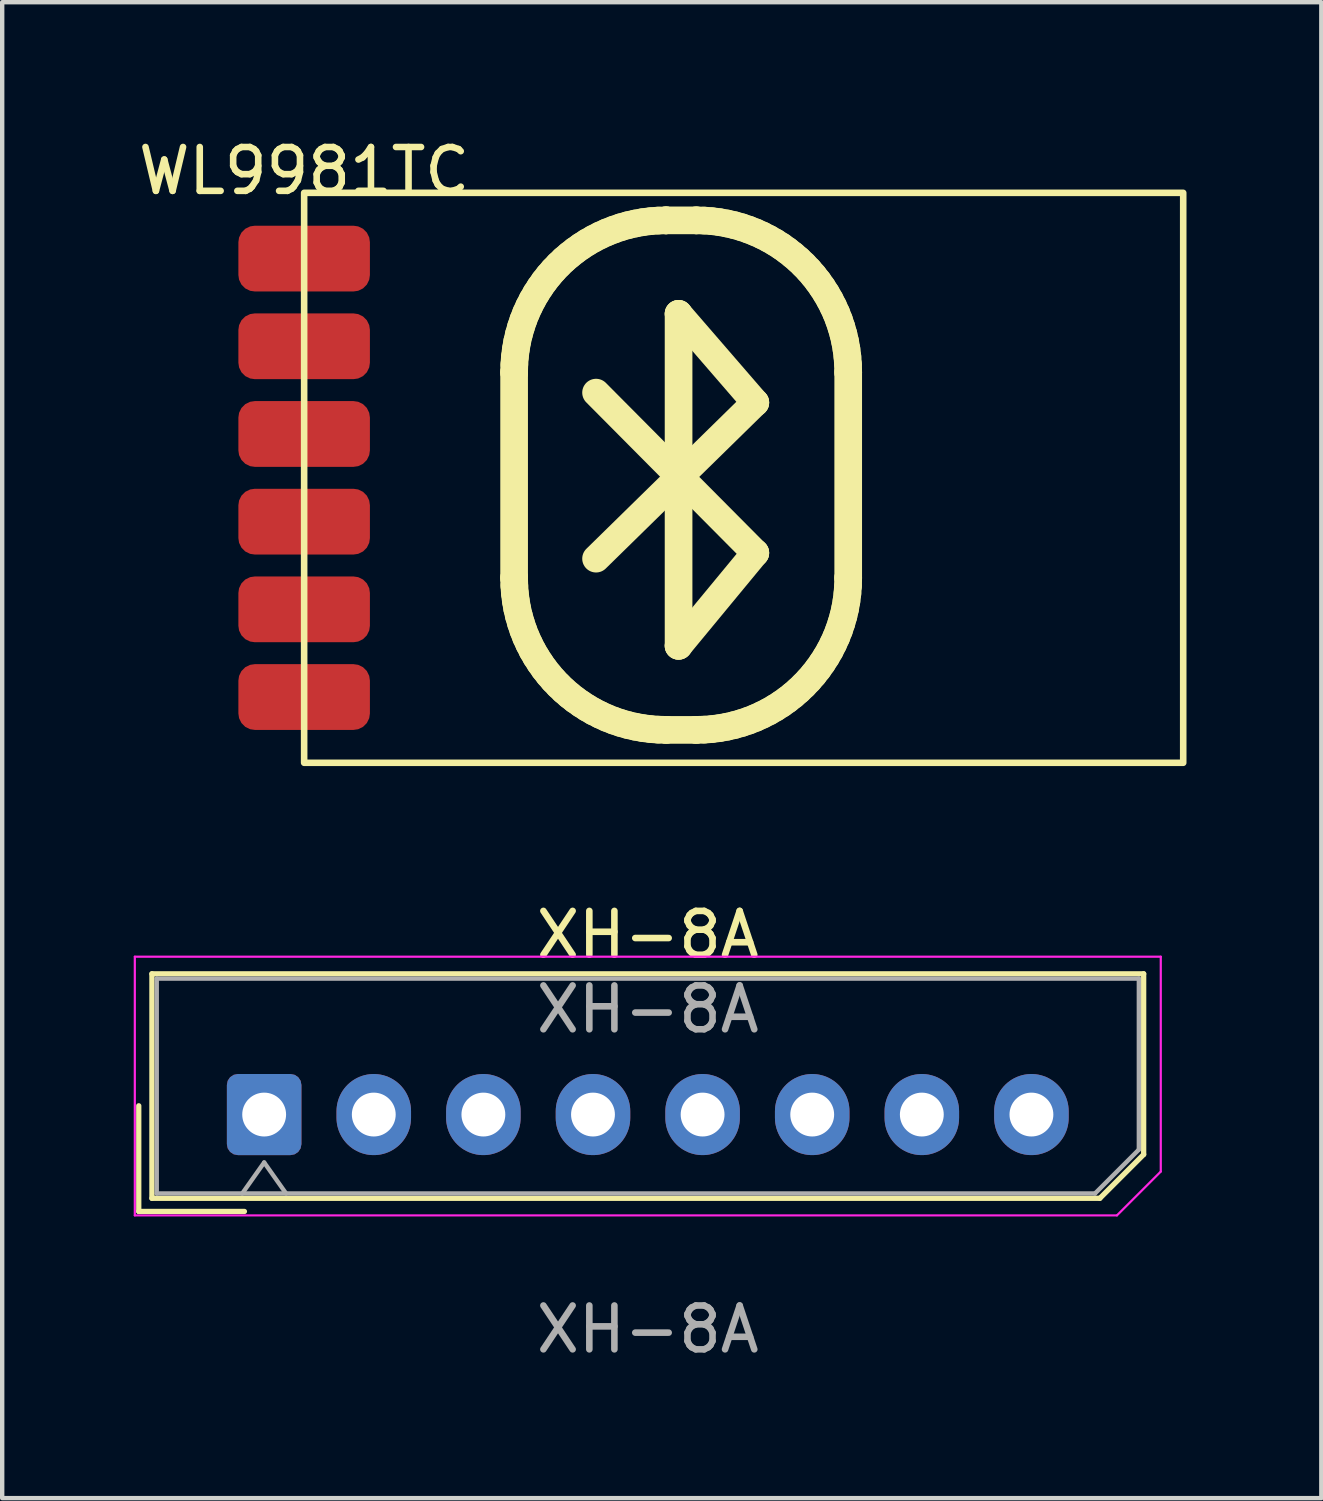
<source format=kicad_pcb>
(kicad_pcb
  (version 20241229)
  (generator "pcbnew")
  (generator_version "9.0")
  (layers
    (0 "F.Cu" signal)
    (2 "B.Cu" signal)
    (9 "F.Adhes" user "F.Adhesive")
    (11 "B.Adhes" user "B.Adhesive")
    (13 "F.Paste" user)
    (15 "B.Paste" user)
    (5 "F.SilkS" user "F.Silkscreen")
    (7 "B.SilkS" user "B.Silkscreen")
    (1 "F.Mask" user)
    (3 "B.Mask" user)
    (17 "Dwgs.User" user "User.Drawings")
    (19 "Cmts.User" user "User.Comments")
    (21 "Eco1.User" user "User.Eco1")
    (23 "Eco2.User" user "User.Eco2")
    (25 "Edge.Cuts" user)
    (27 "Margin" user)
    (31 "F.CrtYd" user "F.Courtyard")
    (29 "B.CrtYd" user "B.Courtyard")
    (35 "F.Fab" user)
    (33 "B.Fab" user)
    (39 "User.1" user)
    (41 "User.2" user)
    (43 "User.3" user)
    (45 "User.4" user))
  (footprint "WL9981TC"
    (layer "F.Cu")
    (at 3.887 1.348)
    (property "Reference" "WL9981TC" (at 0 -0.5 0) (unlocked yes) (layer "F.SilkS") (effects (font (size 1 1) (thickness 0.15))))
    (attr smd)
    (fp_poly (pts (xy 20.05 13) (xy 15.05 13) (xy 15.05 0) (xy 20.05 0)) (stroke (width 0.12) (type solid)) (fill yes) (layer "F.Mask"))
    (fp_poly (pts (xy 20.05 13) (xy 15.05 13) (xy 15.05 0) (xy 20.05 0)) (stroke (width 0.12) (type solid)) (fill yes) (layer "B.Mask"))
    (fp_line (start 4.789 4.093) (end 4.789 4.093) (stroke (width 0.631) (type solid)) (layer "F.SilkS"))
    (fp_line (start 4.789 4.093) (end 4.794 3.915) (stroke (width 0.631) (type solid)) (layer "F.SilkS"))
    (fp_line (start 4.789 8.784) (end 4.789 4.093) (stroke (width 0.631) (type solid)) (layer "F.SilkS"))
    (fp_line (start 4.789 8.784) (end 4.789 8.784) (stroke (width 0.631) (type solid)) (layer "F.SilkS"))
    (fp_line (start 4.794 3.915) (end 4.807 3.739) (stroke (width 0.631) (type solid)) (layer "F.SilkS"))
    (fp_line (start 4.794 8.962) (end 4.789 8.784) (stroke (width 0.631) (type solid)) (layer "F.SilkS"))
    (fp_line (start 4.807 3.739) (end 4.829 3.565) (stroke (width 0.631) (type solid)) (layer "F.SilkS"))
    (fp_line (start 4.807 9.138) (end 4.794 8.962) (stroke (width 0.631) (type solid)) (layer "F.SilkS"))
    (fp_line (start 4.829 3.565) (end 4.859 3.395) (stroke (width 0.631) (type solid)) (layer "F.SilkS"))
    (fp_line (start 4.829 9.312) (end 4.807 9.138) (stroke (width 0.631) (type solid)) (layer "F.SilkS"))
    (fp_line (start 4.859 3.395) (end 4.898 3.227) (stroke (width 0.631) (type solid)) (layer "F.SilkS"))
    (fp_line (start 4.859 9.482) (end 4.829 9.312) (stroke (width 0.631) (type solid)) (layer "F.SilkS"))
    (fp_line (start 4.898 3.227) (end 4.945 3.063) (stroke (width 0.631) (type solid)) (layer "F.SilkS"))
    (fp_line (start 4.898 9.65) (end 4.859 9.482) (stroke (width 0.631) (type solid)) (layer "F.SilkS"))
    (fp_line (start 4.945 3.063) (end 4.999 2.902) (stroke (width 0.631) (type solid)) (layer "F.SilkS"))
    (fp_line (start 4.945 9.814) (end 4.898 9.65) (stroke (width 0.631) (type solid)) (layer "F.SilkS"))
    (fp_line (start 4.999 2.902) (end 5.061 2.744) (stroke (width 0.631) (type solid)) (layer "F.SilkS"))
    (fp_line (start 4.999 9.975) (end 4.945 9.814) (stroke (width 0.631) (type solid)) (layer "F.SilkS"))
    (fp_line (start 5.061 2.744) (end 5.131 2.591) (stroke (width 0.631) (type solid)) (layer "F.SilkS"))
    (fp_line (start 5.061 10.133) (end 4.999 9.975) (stroke (width 0.631) (type solid)) (layer "F.SilkS"))
    (fp_line (start 5.131 2.591) (end 5.207 2.442) (stroke (width 0.631) (type solid)) (layer "F.SilkS"))
    (fp_line (start 5.131 10.286) (end 5.061 10.133) (stroke (width 0.631) (type solid)) (layer "F.SilkS"))
    (fp_line (start 5.207 2.442) (end 5.291 2.296) (stroke (width 0.631) (type solid)) (layer "F.SilkS"))
    (fp_line (start 5.207 10.436) (end 5.131 10.286) (stroke (width 0.631) (type solid)) (layer "F.SilkS"))
    (fp_line (start 5.291 2.296) (end 5.381 2.156) (stroke (width 0.631) (type solid)) (layer "F.SilkS"))
    (fp_line (start 5.291 10.581) (end 5.207 10.436) (stroke (width 0.631) (type solid)) (layer "F.SilkS"))
    (fp_line (start 5.381 2.156) (end 5.477 2.02) (stroke (width 0.631) (type solid)) (layer "F.SilkS"))
    (fp_line (start 5.381 10.721) (end 5.291 10.581) (stroke (width 0.631) (type solid)) (layer "F.SilkS"))
    (fp_line (start 5.477 2.02) (end 5.58 1.889) (stroke (width 0.631) (type solid)) (layer "F.SilkS"))
    (fp_line (start 5.477 10.857) (end 5.381 10.721) (stroke (width 0.631) (type solid)) (layer "F.SilkS"))
    (fp_line (start 5.58 1.889) (end 5.689 1.763) (stroke (width 0.631) (type solid)) (layer "F.SilkS"))
    (fp_line (start 5.58 10.988) (end 5.477 10.857) (stroke (width 0.631) (type solid)) (layer "F.SilkS"))
    (fp_line (start 5.689 1.763) (end 5.804 1.643) (stroke (width 0.631) (type solid)) (layer "F.SilkS"))
    (fp_line (start 5.689 11.114) (end 5.58 10.988) (stroke (width 0.631) (type solid)) (layer "F.SilkS"))
    (fp_line (start 5.804 1.643) (end 5.924 1.528) (stroke (width 0.631) (type solid)) (layer "F.SilkS"))
    (fp_line (start 5.804 11.234) (end 5.689 11.114) (stroke (width 0.631) (type solid)) (layer "F.SilkS"))
    (fp_line (start 5.924 1.528) (end 6.05 1.42) (stroke (width 0.631) (type solid)) (layer "F.SilkS"))
    (fp_line (start 5.924 11.349) (end 5.804 11.234) (stroke (width 0.631) (type solid)) (layer "F.SilkS"))
    (fp_line (start 6.05 1.42) (end 6.181 1.317) (stroke (width 0.631) (type solid)) (layer "F.SilkS"))
    (fp_line (start 6.05 11.458) (end 5.924 11.349) (stroke (width 0.631) (type solid)) (layer "F.SilkS"))
    (fp_line (start 6.181 1.317) (end 6.317 1.22) (stroke (width 0.631) (type solid)) (layer "F.SilkS"))
    (fp_line (start 6.181 11.561) (end 6.05 11.458) (stroke (width 0.631) (type solid)) (layer "F.SilkS"))
    (fp_line (start 6.317 1.22) (end 6.457 1.13) (stroke (width 0.631) (type solid)) (layer "F.SilkS"))
    (fp_line (start 6.317 11.657) (end 6.181 11.561) (stroke (width 0.631) (type solid)) (layer "F.SilkS"))
    (fp_line (start 6.457 1.13) (end 6.602 1.047) (stroke (width 0.631) (type solid)) (layer "F.SilkS"))
    (fp_line (start 6.457 11.747) (end 6.317 11.657) (stroke (width 0.631) (type solid)) (layer "F.SilkS"))
    (fp_line (start 6.602 1.047) (end 6.752 0.97) (stroke (width 0.631) (type solid)) (layer "F.SilkS"))
    (fp_line (start 6.602 11.831) (end 6.457 11.747) (stroke (width 0.631) (type solid)) (layer "F.SilkS"))
    (fp_line (start 6.658 4.557) (end 10.29 8.213) (stroke (width 0.631) (type solid)) (layer "F.SilkS"))
    (fp_line (start 6.752 0.97) (end 6.905 0.901) (stroke (width 0.631) (type solid)) (layer "F.SilkS"))
    (fp_line (start 6.752 11.907) (end 6.602 11.831) (stroke (width 0.631) (type solid)) (layer "F.SilkS"))
    (fp_line (start 6.905 0.901) (end 7.063 0.839) (stroke (width 0.631) (type solid)) (layer "F.SilkS"))
    (fp_line (start 6.905 11.977) (end 6.752 11.907) (stroke (width 0.631) (type solid)) (layer "F.SilkS"))
    (fp_line (start 7.063 0.839) (end 7.223 0.784) (stroke (width 0.631) (type solid)) (layer "F.SilkS"))
    (fp_line (start 7.063 12.039) (end 6.905 11.977) (stroke (width 0.631) (type solid)) (layer "F.SilkS"))
    (fp_line (start 7.223 0.784) (end 7.388 0.737) (stroke (width 0.631) (type solid)) (layer "F.SilkS"))
    (fp_line (start 7.223 12.093) (end 7.063 12.039) (stroke (width 0.631) (type solid)) (layer "F.SilkS"))
    (fp_line (start 7.388 0.737) (end 7.556 0.699) (stroke (width 0.631) (type solid)) (layer "F.SilkS"))
    (fp_line (start 7.388 12.14) (end 7.223 12.093) (stroke (width 0.631) (type solid)) (layer "F.SilkS"))
    (fp_line (start 7.556 0.699) (end 7.726 0.668) (stroke (width 0.631) (type solid)) (layer "F.SilkS"))
    (fp_line (start 7.556 12.178) (end 7.388 12.14) (stroke (width 0.631) (type solid)) (layer "F.SilkS"))
    (fp_line (start 7.726 0.668) (end 7.9 0.646) (stroke (width 0.631) (type solid)) (layer "F.SilkS"))
    (fp_line (start 7.726 12.209) (end 7.556 12.178) (stroke (width 0.631) (type solid)) (layer "F.SilkS"))
    (fp_line (start 7.9 0.646) (end 8.076 0.633) (stroke (width 0.631) (type solid)) (layer "F.SilkS"))
    (fp_line (start 7.9 12.231) (end 7.726 12.209) (stroke (width 0.631) (type solid)) (layer "F.SilkS"))
    (fp_line (start 8.076 0.633) (end 8.254 0.628) (stroke (width 0.631) (type solid)) (layer "F.SilkS"))
    (fp_line (start 8.076 12.244) (end 7.9 12.231) (stroke (width 0.631) (type solid)) (layer "F.SilkS"))
    (fp_line (start 8.254 0.628) (end 8.254 0.628) (stroke (width 0.631) (type solid)) (layer "F.SilkS"))
    (fp_line (start 8.254 0.628) (end 8.254 0.628) (stroke (width 0.631) (type solid)) (layer "F.SilkS"))
    (fp_line (start 8.254 0.628) (end 8.944 0.628) (stroke (width 0.631) (type solid)) (layer "F.SilkS"))
    (fp_line (start 8.254 12.249) (end 8.076 12.244) (stroke (width 0.631) (type solid)) (layer "F.SilkS"))
    (fp_line (start 8.254 12.249) (end 8.254 12.249) (stroke (width 0.631) (type solid)) (layer "F.SilkS"))
    (fp_line (start 8.54 2.76) (end 8.54 2.76) (stroke (width 0.631) (type solid)) (layer "F.SilkS"))
    (fp_line (start 8.54 2.76) (end 10.29 4.784) (stroke (width 0.631) (type solid)) (layer "F.SilkS"))
    (fp_line (start 8.54 10.332) (end 8.54 2.76) (stroke (width 0.631) (type solid)) (layer "F.SilkS"))
    (fp_line (start 8.54 10.332) (end 8.54 10.332) (stroke (width 0.631) (type solid)) (layer "F.SilkS"))
    (fp_line (start 8.944 0.628) (end 8.944 0.628) (stroke (width 0.631) (type solid)) (layer "F.SilkS"))
    (fp_line (start 8.944 0.628) (end 9.123 0.633) (stroke (width 0.631) (type solid)) (layer "F.SilkS"))
    (fp_line (start 8.944 12.249) (end 8.254 12.249) (stroke (width 0.631) (type solid)) (layer "F.SilkS"))
    (fp_line (start 8.944 12.249) (end 8.944 12.249) (stroke (width 0.631) (type solid)) (layer "F.SilkS"))
    (fp_line (start 9.123 0.633) (end 9.299 0.646) (stroke (width 0.631) (type solid)) (layer "F.SilkS"))
    (fp_line (start 9.123 12.244) (end 8.944 12.249) (stroke (width 0.631) (type solid)) (layer "F.SilkS"))
    (fp_line (start 9.299 0.646) (end 9.472 0.668) (stroke (width 0.631) (type solid)) (layer "F.SilkS"))
    (fp_line (start 9.299 12.231) (end 9.123 12.244) (stroke (width 0.631) (type solid)) (layer "F.SilkS"))
    (fp_line (start 9.472 0.668) (end 9.643 0.699) (stroke (width 0.631) (type solid)) (layer "F.SilkS"))
    (fp_line (start 9.472 12.209) (end 9.299 12.231) (stroke (width 0.631) (type solid)) (layer "F.SilkS"))
    (fp_line (start 9.643 0.699) (end 9.81 0.737) (stroke (width 0.631) (type solid)) (layer "F.SilkS"))
    (fp_line (start 9.643 12.178) (end 9.472 12.209) (stroke (width 0.631) (type solid)) (layer "F.SilkS"))
    (fp_line (start 9.81 0.737) (end 9.975 0.784) (stroke (width 0.631) (type solid)) (layer "F.SilkS"))
    (fp_line (start 9.81 12.14) (end 9.643 12.178) (stroke (width 0.631) (type solid)) (layer "F.SilkS"))
    (fp_line (start 9.975 0.784) (end 10.136 0.839) (stroke (width 0.631) (type solid)) (layer "F.SilkS"))
    (fp_line (start 9.975 12.093) (end 9.81 12.14) (stroke (width 0.631) (type solid)) (layer "F.SilkS"))
    (fp_line (start 10.136 0.839) (end 10.293 0.901) (stroke (width 0.631) (type solid)) (layer "F.SilkS"))
    (fp_line (start 10.136 12.039) (end 9.975 12.093) (stroke (width 0.631) (type solid)) (layer "F.SilkS"))
    (fp_line (start 10.29 4.784) (end 6.658 8.344) (stroke (width 0.631) (type solid)) (layer "F.SilkS"))
    (fp_line (start 10.29 4.784) (end 10.29 4.784) (stroke (width 0.631) (type solid)) (layer "F.SilkS"))
    (fp_line (start 10.29 8.213) (end 8.54 10.332) (stroke (width 0.631) (type solid)) (layer "F.SilkS"))
    (fp_line (start 10.29 8.213) (end 10.29 8.213) (stroke (width 0.631) (type solid)) (layer "F.SilkS"))
    (fp_line (start 10.293 0.901) (end 10.446 0.97) (stroke (width 0.631) (type solid)) (layer "F.SilkS"))
    (fp_line (start 10.293 11.977) (end 10.136 12.039) (stroke (width 0.631) (type solid)) (layer "F.SilkS"))
    (fp_line (start 10.446 0.97) (end 10.596 1.047) (stroke (width 0.631) (type solid)) (layer "F.SilkS"))
    (fp_line (start 10.446 11.907) (end 10.293 11.977) (stroke (width 0.631) (type solid)) (layer "F.SilkS"))
    (fp_line (start 10.596 1.047) (end 10.741 1.13) (stroke (width 0.631) (type solid)) (layer "F.SilkS"))
    (fp_line (start 10.596 11.831) (end 10.446 11.907) (stroke (width 0.631) (type solid)) (layer "F.SilkS"))
    (fp_line (start 10.741 1.13) (end 10.882 1.22) (stroke (width 0.631) (type solid)) (layer "F.SilkS"))
    (fp_line (start 10.741 11.747) (end 10.596 11.831) (stroke (width 0.631) (type solid)) (layer "F.SilkS"))
    (fp_line (start 10.882 1.22) (end 11.017 1.317) (stroke (width 0.631) (type solid)) (layer "F.SilkS"))
    (fp_line (start 10.882 11.657) (end 10.741 11.747) (stroke (width 0.631) (type solid)) (layer "F.SilkS"))
    (fp_line (start 11.017 1.317) (end 11.148 1.42) (stroke (width 0.631) (type solid)) (layer "F.SilkS"))
    (fp_line (start 11.017 11.561) (end 10.882 11.657) (stroke (width 0.631) (type solid)) (layer "F.SilkS"))
    (fp_line (start 11.148 1.42) (end 11.274 1.528) (stroke (width 0.631) (type solid)) (layer "F.SilkS"))
    (fp_line (start 11.148 11.458) (end 11.017 11.561) (stroke (width 0.631) (type solid)) (layer "F.SilkS"))
    (fp_line (start 11.274 1.528) (end 11.394 1.643) (stroke (width 0.631) (type solid)) (layer "F.SilkS"))
    (fp_line (start 11.274 11.349) (end 11.148 11.458) (stroke (width 0.631) (type solid)) (layer "F.SilkS"))
    (fp_line (start 11.394 1.643) (end 11.509 1.763) (stroke (width 0.631) (type solid)) (layer "F.SilkS"))
    (fp_line (start 11.394 11.234) (end 11.274 11.349) (stroke (width 0.631) (type solid)) (layer "F.SilkS"))
    (fp_line (start 11.509 1.763) (end 11.618 1.889) (stroke (width 0.631) (type solid)) (layer "F.SilkS"))
    (fp_line (start 11.509 11.114) (end 11.394 11.234) (stroke (width 0.631) (type solid)) (layer "F.SilkS"))
    (fp_line (start 11.618 1.889) (end 11.721 2.02) (stroke (width 0.631) (type solid)) (layer "F.SilkS"))
    (fp_line (start 11.618 10.988) (end 11.509 11.114) (stroke (width 0.631) (type solid)) (layer "F.SilkS"))
    (fp_line (start 11.721 2.02) (end 11.817 2.156) (stroke (width 0.631) (type solid)) (layer "F.SilkS"))
    (fp_line (start 11.721 10.857) (end 11.618 10.988) (stroke (width 0.631) (type solid)) (layer "F.SilkS"))
    (fp_line (start 11.817 2.156) (end 11.907 2.296) (stroke (width 0.631) (type solid)) (layer "F.SilkS"))
    (fp_line (start 11.817 10.721) (end 11.721 10.857) (stroke (width 0.631) (type solid)) (layer "F.SilkS"))
    (fp_line (start 11.907 2.296) (end 11.991 2.442) (stroke (width 0.631) (type solid)) (layer "F.SilkS"))
    (fp_line (start 11.907 10.581) (end 11.817 10.721) (stroke (width 0.631) (type solid)) (layer "F.SilkS"))
    (fp_line (start 11.991 2.442) (end 12.067 2.591) (stroke (width 0.631) (type solid)) (layer "F.SilkS"))
    (fp_line (start 11.991 10.436) (end 11.907 10.581) (stroke (width 0.631) (type solid)) (layer "F.SilkS"))
    (fp_line (start 12.067 2.591) (end 12.137 2.744) (stroke (width 0.631) (type solid)) (layer "F.SilkS"))
    (fp_line (start 12.067 10.286) (end 11.991 10.436) (stroke (width 0.631) (type solid)) (layer "F.SilkS"))
    (fp_line (start 12.137 2.744) (end 12.199 2.902) (stroke (width 0.631) (type solid)) (layer "F.SilkS"))
    (fp_line (start 12.137 10.133) (end 12.067 10.286) (stroke (width 0.631) (type solid)) (layer "F.SilkS"))
    (fp_line (start 12.199 2.902) (end 12.253 3.063) (stroke (width 0.631) (type solid)) (layer "F.SilkS"))
    (fp_line (start 12.199 9.975) (end 12.137 10.133) (stroke (width 0.631) (type solid)) (layer "F.SilkS"))
    (fp_line (start 12.253 3.063) (end 12.3 3.227) (stroke (width 0.631) (type solid)) (layer "F.SilkS"))
    (fp_line (start 12.253 9.814) (end 12.199 9.975) (stroke (width 0.631) (type solid)) (layer "F.SilkS"))
    (fp_line (start 12.3 3.227) (end 12.339 3.395) (stroke (width 0.631) (type solid)) (layer "F.SilkS"))
    (fp_line (start 12.3 9.65) (end 12.253 9.814) (stroke (width 0.631) (type solid)) (layer "F.SilkS"))
    (fp_line (start 12.339 3.395) (end 12.369 3.565) (stroke (width 0.631) (type solid)) (layer "F.SilkS"))
    (fp_line (start 12.339 9.482) (end 12.3 9.65) (stroke (width 0.631) (type solid)) (layer "F.SilkS"))
    (fp_line (start 12.369 3.565) (end 12.391 3.739) (stroke (width 0.631) (type solid)) (layer "F.SilkS"))
    (fp_line (start 12.369 9.312) (end 12.339 9.482) (stroke (width 0.631) (type solid)) (layer "F.SilkS"))
    (fp_line (start 12.391 3.739) (end 12.405 3.915) (stroke (width 0.631) (type solid)) (layer "F.SilkS"))
    (fp_line (start 12.391 9.138) (end 12.369 9.312) (stroke (width 0.631) (type solid)) (layer "F.SilkS"))
    (fp_line (start 12.405 3.915) (end 12.409 4.093) (stroke (width 0.631) (type solid)) (layer "F.SilkS"))
    (fp_line (start 12.405 8.962) (end 12.391 9.138) (stroke (width 0.631) (type solid)) (layer "F.SilkS"))
    (fp_line (start 12.409 4.093) (end 12.409 4.093) (stroke (width 0.631) (type solid)) (layer "F.SilkS"))
    (fp_line (start 12.409 4.093) (end 12.409 8.784) (stroke (width 0.631) (type solid)) (layer "F.SilkS"))
    (fp_line (start 12.409 8.784) (end 12.405 8.962) (stroke (width 0.631) (type solid)) (layer "F.SilkS"))
    (fp_line (start 12.409 8.784) (end 12.409 8.784) (stroke (width 0.631) (type solid)) (layer "F.SilkS"))
    (fp_rect (start 0 0) (end 20.05 13) (stroke (width 0.15) (type solid)) (fill no) (layer "F.SilkS"))
    (pad "1" smd roundrect (at 0 1.5) (size 3 1.5) (layers "F.Cu" "F.Mask" "F.Paste") (roundrect_rratio 0.25))
    (pad "2" smd roundrect (at 0 3.5) (size 3 1.5) (layers "F.Cu" "F.Mask" "F.Paste") (roundrect_rratio 0.25))
    (pad "3" smd roundrect (at 0 5.5) (size 3 1.5) (layers "F.Cu" "F.Mask" "F.Paste") (roundrect_rratio 0.25))
    (pad "4" smd roundrect (at 0 7.5) (size 3 1.5) (layers "F.Cu" "F.Mask" "F.Paste") (roundrect_rratio 0.25))
    (pad "5" smd roundrect (at 0 9.5) (size 3 1.5) (layers "F.Cu" "F.Mask" "F.Paste") (roundrect_rratio 0.25))
    (pad "6" smd roundrect (at 0 11.5) (size 3 1.5) (layers "F.Cu" "F.Mask" "F.Paste") (roundrect_rratio 0.25))
    (zone (net_name "") (layer "F.Cu") (name "Bluetooth keepout") (hatch edge 0.508) (connect_pads) (min_thickness 0.254) (filled_areas_thickness no) (keepout (tracks not_allowed) (vias not_allowed) (pads allowed) (copperpour not_allowed) (footprints allowed)) (placement (enabled no)) (fill) (polygon (pts (xy 24.087 14.348) (xy 4.687 14.348) (xy 4.687 1.298) (xy 24.087 1.298))))
    (zone (net_name "") (layer "B.Cu") (name "Bluetooth keepout bottom") (hatch edge 0.508) (connect_pads) (min_thickness 0.254) (filled_areas_thickness no) (keepout (tracks not_allowed) (vias not_allowed) (pads not_allowed) (copperpour not_allowed) (footprints allowed)) (placement (enabled no)) (fill) (polygon (pts (xy 24.087 14.348) (xy 18.787 14.398) (xy 18.782 1.355) (xy 24.087 1.348)))))
  (footprint "XH-8A"
    (layer "F.Cu")
    (at 11.725 21.271)
    (property "Reference" "XH-8A" (at 0 -3 0) (unlocked yes) (layer "F.SilkS") (effects (font (size 1 1) (thickness 0.15))))
    (fp_line (start -11.61 0.9) (end -11.61 3.31) (stroke (width 0.12) (type solid)) (layer "F.SilkS"))
    (fp_line (start -11.61 3.31) (end -9.2 3.31) (stroke (width 0.12) (type solid)) (layer "F.SilkS"))
    (fp_line (start -11.31 -2.11) (end -11.31 3.01) (stroke (width 0.12) (type solid)) (layer "F.SilkS"))
    (fp_line (start -11.31 3.01) (end 10.31 3.01) (stroke (width 0.12) (type solid)) (layer "F.SilkS"))
    (fp_line (start 10.31 3.01) (end 11.31 2.01) (stroke (width 0.12) (type solid)) (layer "F.SilkS"))
    (fp_line (start 11.31 -2.11) (end -11.31 -2.11) (stroke (width 0.12) (type solid)) (layer "F.SilkS"))
    (fp_line (start 11.31 2.01) (end 11.31 -2.11) (stroke (width 0.12) (type solid)) (layer "F.SilkS"))
    (fp_line (start -11.7 -2.5) (end -11.7 3.4) (stroke (width 0.05) (type solid)) (layer "F.CrtYd"))
    (fp_line (start -11.7 3.4) (end 10.7 3.4) (stroke (width 0.05) (type solid)) (layer "F.CrtYd"))
    (fp_line (start 10.7 3.4) (end 11.7 2.4) (stroke (width 0.05) (type solid)) (layer "F.CrtYd"))
    (fp_line (start 11.7 -2.5) (end -11.7 -2.5) (stroke (width 0.05) (type solid)) (layer "F.CrtYd"))
    (fp_line (start 11.7 2.4) (end 11.7 -2.5) (stroke (width 0.05) (type solid)) (layer "F.CrtYd"))
    (fp_line (start -11.2 -2) (end -11.2 2.9) (stroke (width 0.1) (type solid)) (layer "F.Fab"))
    (fp_line (start -11.2 2.9) (end 10.2 2.9) (stroke (width 0.1) (type solid)) (layer "F.Fab"))
    (fp_line (start -9.25 2.9) (end -8.75 2.193) (stroke (width 0.1) (type solid)) (layer "F.Fab"))
    (fp_line (start -8.75 2.193) (end -8.25 2.9) (stroke (width 0.1) (type solid)) (layer "F.Fab"))
    (fp_line (start 10.2 2.9) (end 11.2 1.9) (stroke (width 0.1) (type solid)) (layer "F.Fab"))
    (fp_line (start 11.2 -2) (end -11.2 -2) (stroke (width 0.1) (type solid)) (layer "F.Fab"))
    (fp_line (start 11.2 1.9) (end 11.2 -2) (stroke (width 0.1) (type solid)) (layer "F.Fab"))
    (fp_text user "${REFERENCE}" (at 0 6 0) (unlocked yes) (layer "F.Fab") (effects (font (size 1 1) (thickness 0.15))))
    (fp_text user "${REFERENCE}" (at 0 -1.3 0) (layer "F.Fab") (effects (font (size 1 1) (thickness 0.15))))
    (pad "1" thru_hole roundrect (at -8.75 1.1) (size 1.7 1.85) (drill 1) (layers "*.Cu" "*.Mask") (roundrect_rratio 0.147))
    (pad "2" thru_hole oval (at -6.25 1.1) (size 1.7 1.85) (drill 1) (layers "*.Cu" "*.Mask"))
    (pad "3" thru_hole oval (at -3.75 1.1) (size 1.7 1.85) (drill 1) (layers "*.Cu" "*.Mask"))
    (pad "4" thru_hole oval (at -1.25 1.1) (size 1.7 1.85) (drill 1) (layers "*.Cu" "*.Mask"))
    (pad "5" thru_hole oval (at 1.25 1.1) (size 1.7 1.85) (drill 1) (layers "*.Cu" "*.Mask"))
    (pad "6" thru_hole oval (at 3.75 1.1) (size 1.7 1.85) (drill 1) (layers "*.Cu" "*.Mask"))
    (pad "7" thru_hole oval (at 6.25 1.1) (size 1.7 1.85) (drill 1) (layers "*.Cu" "*.Mask"))
    (pad "8" thru_hole oval (at 8.75 1.1) (size 1.7 1.85) (drill 1) (layers "*.Cu" "*.Mask")))
  (gr_rect
    (start -3 -3)
    (end 27.087 31.12)
    (stroke (width 0.1) (type default))
    (fill no)
    (layer "Edge.Cuts")))
</source>
